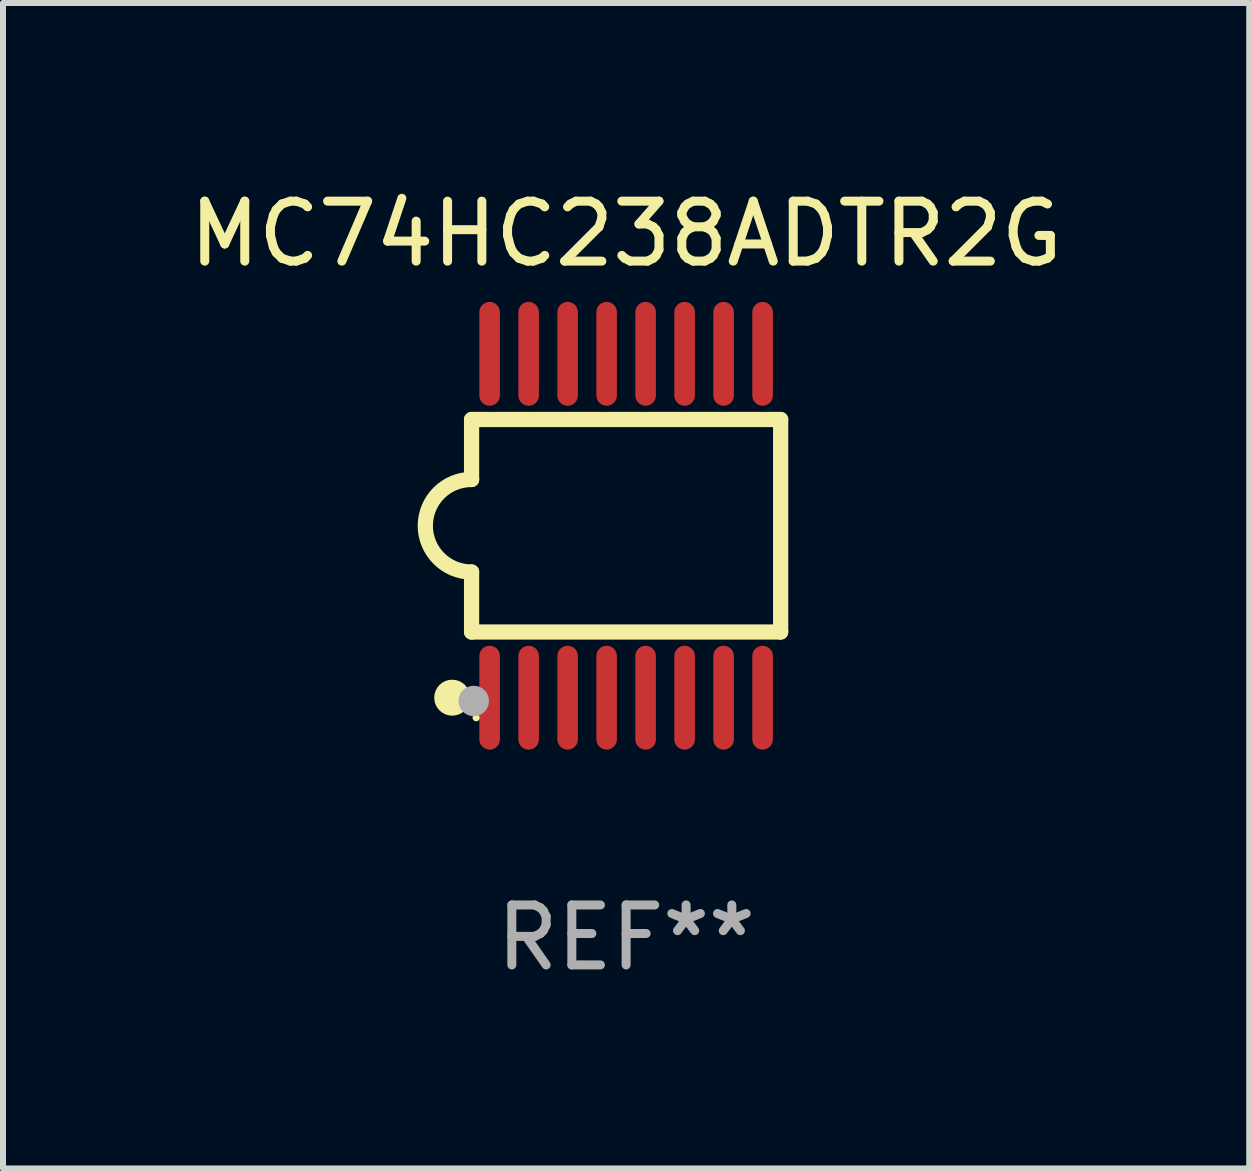
<source format=kicad_pcb>
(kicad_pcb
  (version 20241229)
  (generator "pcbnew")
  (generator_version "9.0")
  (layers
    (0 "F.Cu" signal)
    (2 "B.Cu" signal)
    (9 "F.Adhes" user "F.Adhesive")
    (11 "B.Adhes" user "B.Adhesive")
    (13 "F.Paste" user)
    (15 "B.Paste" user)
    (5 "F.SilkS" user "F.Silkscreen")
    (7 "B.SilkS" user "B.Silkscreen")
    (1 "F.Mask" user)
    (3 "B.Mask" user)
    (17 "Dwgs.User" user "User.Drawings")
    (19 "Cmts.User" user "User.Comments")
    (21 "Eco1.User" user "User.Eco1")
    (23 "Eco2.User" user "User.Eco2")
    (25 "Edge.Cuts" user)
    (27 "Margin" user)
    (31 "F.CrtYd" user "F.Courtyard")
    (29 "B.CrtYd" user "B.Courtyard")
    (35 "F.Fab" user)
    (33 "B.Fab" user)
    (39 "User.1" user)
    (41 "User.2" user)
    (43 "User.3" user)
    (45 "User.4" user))
  (footprint "MC74HC238ADTR2G"
    (layer "F.Cu")
    (at 7.387 5.714)
    (property "Reference" "MC74HC238ADTR2G" (at 0 -4.866 0) (layer "F.SilkS") (effects (font (size 1 1) (thickness 0.15))))
    (attr through_hole)
    (fp_line (start -2.576 -1.771) (end -2.576 -0.771) (stroke (width 0.254) (type solid)) (layer "F.SilkS"))
    (fp_line (start -2.576 -1.771) (end -2.289 -1.771) (stroke (width 0.254) (type solid)) (layer "F.SilkS"))
    (fp_line (start -2.576 1.771) (end -2.576 0.771) (stroke (width 0.254) (type solid)) (layer "F.SilkS"))
    (fp_line (start -2.261 -1.771) (end -1.639 -1.771) (stroke (width 0.254) (type solid)) (layer "F.SilkS"))
    (fp_line (start -1.612 -1.771) (end -0.989 -1.771) (stroke (width 0.254) (type solid)) (layer "F.SilkS"))
    (fp_line (start -0.962 -1.771) (end -0.338 -1.771) (stroke (width 0.254) (type solid)) (layer "F.SilkS"))
    (fp_line (start -0.311 -1.771) (end 0.312 -1.771) (stroke (width 0.254) (type solid)) (layer "F.SilkS"))
    (fp_line (start 0.339 -1.771) (end 0.962 -1.771) (stroke (width 0.254) (type solid)) (layer "F.SilkS"))
    (fp_line (start 0.989 -1.771) (end 1.612 -1.771) (stroke (width 0.254) (type solid)) (layer "F.SilkS"))
    (fp_line (start 1.639 -1.771) (end 2.261 -1.771) (stroke (width 0.254) (type solid)) (layer "F.SilkS"))
    (fp_line (start 2.289 -1.771) (end 2.576 -1.771) (stroke (width 0.254) (type solid)) (layer "F.SilkS"))
    (fp_line (start 2.576 -1.771) (end 2.576 1.771) (stroke (width 0.254) (type solid)) (layer "F.SilkS"))
    (fp_line (start 2.576 1.771) (end -2.576 1.771) (stroke (width 0.254) (type solid)) (layer "F.SilkS"))
    (fp_arc (start -2.576226 0.7714) (mid -3.346889 -0.000648) (end -2.575311 -0.771781) (stroke (width 0.254001) (type solid)) (layer "F.SilkS"))
    (fp_circle (center -2.899 2.866) (end -2.749 2.866) (stroke (width 0.3) (type solid)) (fill no) (layer "F.SilkS"))
    (fp_circle (center -2.5 3.2) (end -2.47 3.2) (stroke (width 0.06) (type solid)) (fill no) (layer "F.SilkS"))
    (fp_circle (center -2.54 2.921) (end -2.413 2.921) (stroke (width 0.254) (type solid)) (fill no) (layer "F.Fab"))
    (fp_text user "REF**" (at 0 6.866 0) (layer "F.Fab") (effects (font (size 1 1) (thickness 0.15))))
    (pad "1" smd oval (at -2.275 2.866) (size 0.343 1.731) (layers "F.Cu" "F.Mask" "F.Paste"))
    (pad "2" smd oval (at -1.625 2.866) (size 0.343 1.731) (layers "F.Cu" "F.Mask" "F.Paste"))
    (pad "3" smd oval (at -0.975 2.866) (size 0.343 1.731) (layers "F.Cu" "F.Mask" "F.Paste"))
    (pad "4" smd oval (at -0.325 2.866) (size 0.343 1.731) (layers "F.Cu" "F.Mask" "F.Paste"))
    (pad "5" smd oval (at 0.325 2.866) (size 0.343 1.731) (layers "F.Cu" "F.Mask" "F.Paste"))
    (pad "6" smd oval (at 0.975 2.866) (size 0.343 1.731) (layers "F.Cu" "F.Mask" "F.Paste"))
    (pad "7" smd oval (at 1.625 2.866) (size 0.343 1.731) (layers "F.Cu" "F.Mask" "F.Paste"))
    (pad "8" smd oval (at 2.275 2.866) (size 0.343 1.731) (layers "F.Cu" "F.Mask" "F.Paste"))
    (pad "9" smd oval (at 2.275 -2.866) (size 0.343 1.731) (layers "F.Cu" "F.Mask" "F.Paste"))
    (pad "10" smd oval (at 1.625 -2.866) (size 0.343 1.731) (layers "F.Cu" "F.Mask" "F.Paste"))
    (pad "11" smd oval (at 0.975 -2.866) (size 0.343 1.731) (layers "F.Cu" "F.Mask" "F.Paste"))
    (pad "12" smd oval (at 0.325 -2.866) (size 0.343 1.731) (layers "F.Cu" "F.Mask" "F.Paste"))
    (pad "13" smd oval (at -0.325 -2.866) (size 0.343 1.731) (layers "F.Cu" "F.Mask" "F.Paste"))
    (pad "14" smd oval (at -0.975 -2.866) (size 0.343 1.731) (layers "F.Cu" "F.Mask" "F.Paste"))
    (pad "15" smd oval (at -1.625 -2.866) (size 0.343 1.731) (layers "F.Cu" "F.Mask" "F.Paste"))
    (pad "16" smd oval (at -2.275 -2.866) (size 0.343 1.731) (layers "F.Cu" "F.Mask" "F.Paste")))
  (gr_rect
    (start -3 -3)
    (end 17.774 16.428)
    (stroke (width 0.1) (type default))
    (fill no)
    (layer "Edge.Cuts")))
</source>
